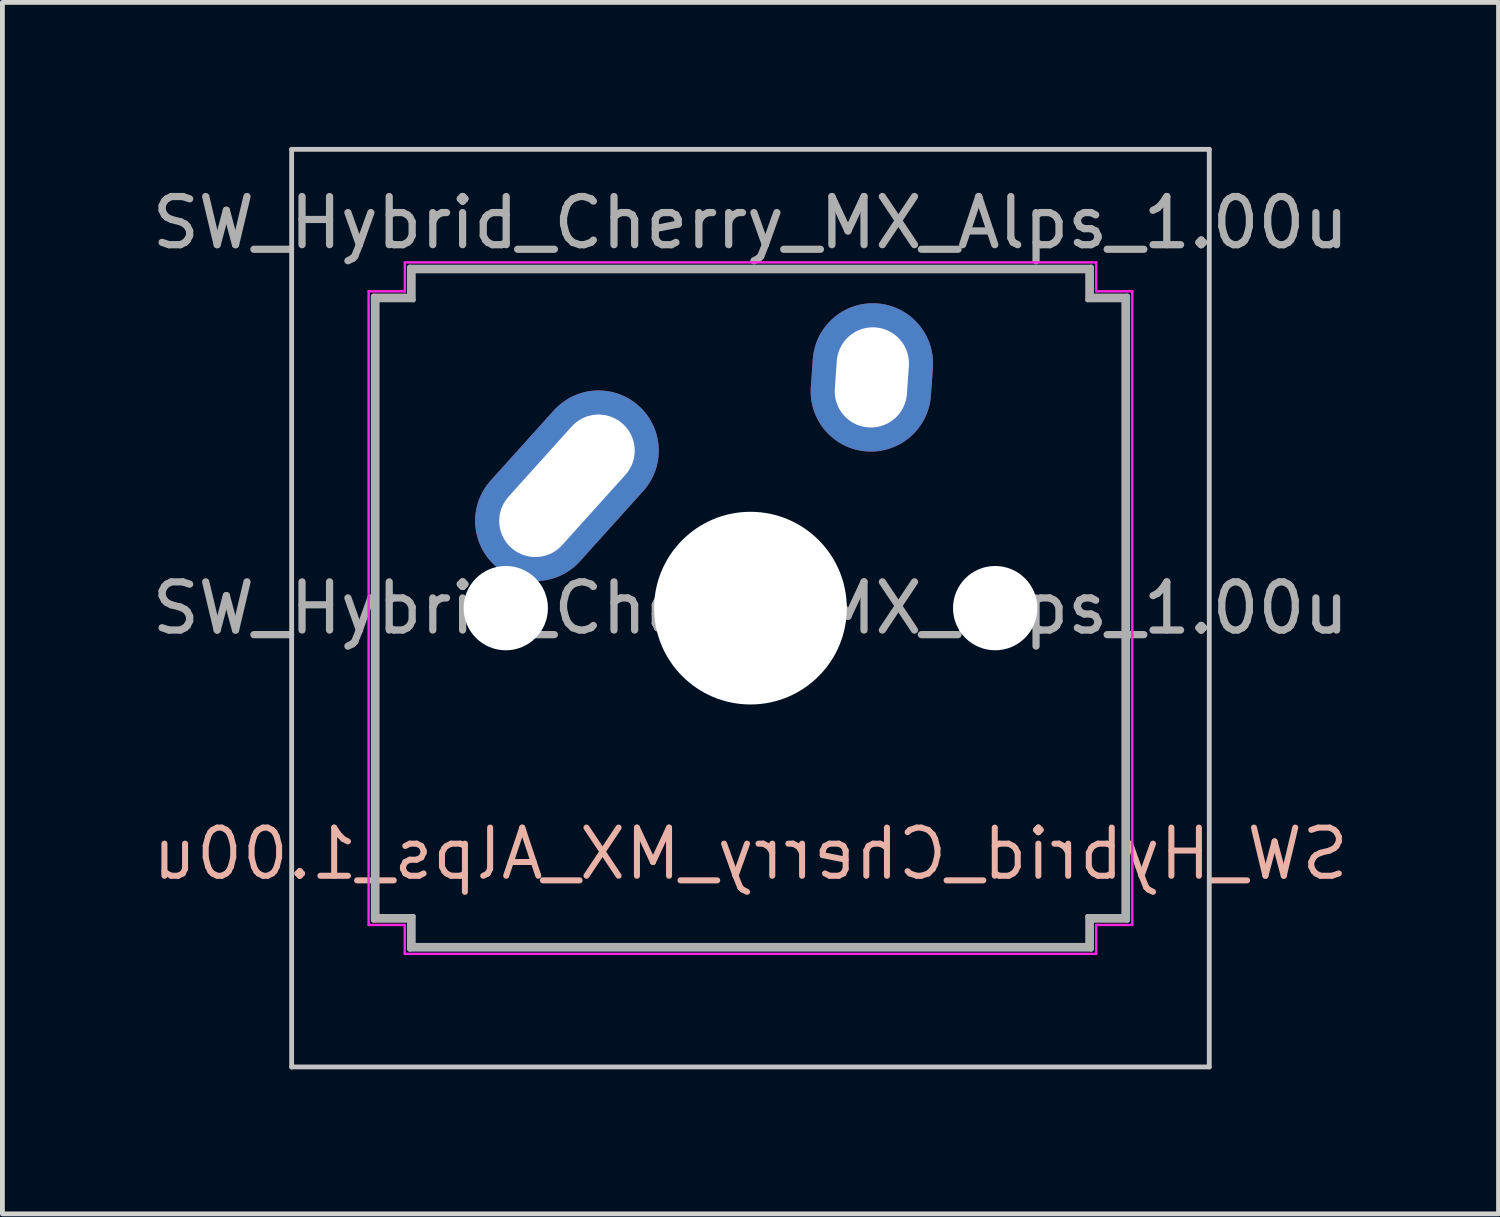
<source format=kicad_pcb>
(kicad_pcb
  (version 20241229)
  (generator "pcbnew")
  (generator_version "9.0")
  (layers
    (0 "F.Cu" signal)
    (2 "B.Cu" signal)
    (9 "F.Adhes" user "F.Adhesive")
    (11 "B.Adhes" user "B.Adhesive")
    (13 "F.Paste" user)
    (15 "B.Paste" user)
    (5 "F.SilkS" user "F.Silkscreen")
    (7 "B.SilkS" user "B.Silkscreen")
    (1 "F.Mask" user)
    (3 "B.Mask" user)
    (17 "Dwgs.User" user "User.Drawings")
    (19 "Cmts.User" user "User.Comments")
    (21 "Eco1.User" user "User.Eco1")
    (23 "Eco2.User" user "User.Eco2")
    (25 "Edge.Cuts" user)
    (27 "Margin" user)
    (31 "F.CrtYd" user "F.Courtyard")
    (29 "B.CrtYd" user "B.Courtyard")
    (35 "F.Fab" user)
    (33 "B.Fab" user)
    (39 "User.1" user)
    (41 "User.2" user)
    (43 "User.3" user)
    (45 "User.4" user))
  (footprint "SW_Hybrid_Cherry_MX_Alps_1.00u"
    (layer "F.Cu")
    (at 12.53 9.575)
    (property "Reference" "SW_Hybrid_Cherry_MX_Alps_1.00u" (at 0 -8 0) (layer "F.Fab") (effects (font (size 1 1) (thickness 0.15))))
    (property "Value" "SW_Hybrid_Cherry_MX_Alps_1.00u" (at 0 8 0) (layer "F.Fab") (hide yes) (effects (font (size 1 1) (thickness 0.15))))
    (attr through_hole)
    (fp_line (start -9.525 -9.525) (end -9.525 9.525) (stroke (width 0.1) (type solid)) (layer "Dwgs.User"))
    (fp_line (start -9.525 9.525) (end 9.525 9.525) (stroke (width 0.1) (type solid)) (layer "Dwgs.User"))
    (fp_line (start 9.525 -9.525) (end -9.525 -9.525) (stroke (width 0.1) (type solid)) (layer "Dwgs.User"))
    (fp_line (start 9.525 9.525) (end 9.525 -9.525) (stroke (width 0.1) (type solid)) (layer "Dwgs.User"))
    (fp_line (start -7.927 -6.577) (end -7.177 -6.577) (stroke (width 0.05) (type solid)) (layer "F.CrtYd"))
    (fp_line (start -7.927 6.577) (end -7.927 -6.577) (stroke (width 0.05) (type solid)) (layer "F.CrtYd"))
    (fp_line (start -7.177 -7.177) (end 7.177 -7.177) (stroke (width 0.05) (type solid)) (layer "F.CrtYd"))
    (fp_line (start -7.177 6.577) (end -7.927 6.577) (stroke (width 0.05) (type solid)) (layer "F.CrtYd"))
    (fp_line (start -7.177 7.177) (end -7.177 6.577) (stroke (width 0.05) (type solid)) (layer "F.CrtYd"))
    (fp_line (start -7.175 -7.175) (end -7.175 -6.575) (stroke (width 0.05) (type solid)) (layer "F.CrtYd"))
    (fp_line (start 7.177 -7.177) (end 7.177 -6.577) (stroke (width 0.05) (type solid)) (layer "F.CrtYd"))
    (fp_line (start 7.177 -6.577) (end 7.927 -6.577) (stroke (width 0.05) (type solid)) (layer "F.CrtYd"))
    (fp_line (start 7.177 6.577) (end 7.177 7.177) (stroke (width 0.05) (type solid)) (layer "F.CrtYd"))
    (fp_line (start 7.177 7.177) (end -7.177 7.177) (stroke (width 0.05) (type solid)) (layer "F.CrtYd"))
    (fp_line (start 7.927 -6.577) (end 7.927 6.577) (stroke (width 0.05) (type solid)) (layer "F.CrtYd"))
    (fp_line (start 7.927 6.577) (end 7.177 6.577) (stroke (width 0.05) (type solid)) (layer "F.CrtYd"))
    (fp_line (start -7.821 -6.471) (end -7.071 -6.471) (stroke (width 0.12) (type solid)) (layer "F.Fab"))
    (fp_line (start -7.821 6.471) (end -7.821 -6.471) (stroke (width 0.12) (type solid)) (layer "F.Fab"))
    (fp_line (start -7.75 -6.4) (end -7 -6.4) (stroke (width 0.1) (type solid)) (layer "F.Fab"))
    (fp_line (start -7.75 6.4) (end -7.75 -6.4) (stroke (width 0.1) (type solid)) (layer "F.Fab"))
    (fp_line (start -7.071 -7.071) (end 7.071 -7.071) (stroke (width 0.12) (type solid)) (layer "F.Fab"))
    (fp_line (start -7.071 -6.471) (end -7.071 -7.071) (stroke (width 0.12) (type solid)) (layer "F.Fab"))
    (fp_line (start -7.071 6.471) (end -7.821 6.471) (stroke (width 0.12) (type solid)) (layer "F.Fab"))
    (fp_line (start -7.071 7.071) (end -7.071 6.471) (stroke (width 0.12) (type solid)) (layer "F.Fab"))
    (fp_line (start -7 -7) (end 7 -7) (stroke (width 0.1) (type solid)) (layer "F.Fab"))
    (fp_line (start -7 -6.4) (end -7 -7) (stroke (width 0.1) (type solid)) (layer "F.Fab"))
    (fp_line (start -7 6.4) (end -7.75 6.4) (stroke (width 0.1) (type solid)) (layer "F.Fab"))
    (fp_line (start -7 7) (end -7 6.4) (stroke (width 0.1) (type solid)) (layer "F.Fab"))
    (fp_line (start 7 -7) (end 7 -6.4) (stroke (width 0.1) (type solid)) (layer "F.Fab"))
    (fp_line (start 7 -6.4) (end 7.75 -6.4) (stroke (width 0.1) (type solid)) (layer "F.Fab"))
    (fp_line (start 7 6.4) (end 7 7) (stroke (width 0.1) (type solid)) (layer "F.Fab"))
    (fp_line (start 7 7) (end -7 7) (stroke (width 0.1) (type solid)) (layer "F.Fab"))
    (fp_line (start 7.071 -7.071) (end 7.071 -6.471) (stroke (width 0.12) (type solid)) (layer "F.Fab"))
    (fp_line (start 7.071 -6.471) (end 7.821 -6.471) (stroke (width 0.12) (type solid)) (layer "F.Fab"))
    (fp_line (start 7.071 6.471) (end 7.071 7.071) (stroke (width 0.12) (type solid)) (layer "F.Fab"))
    (fp_line (start 7.071 7.071) (end -7.071 7.071) (stroke (width 0.12) (type solid)) (layer "F.Fab"))
    (fp_line (start 7.75 -6.4) (end 7.75 6.4) (stroke (width 0.1) (type solid)) (layer "F.Fab"))
    (fp_line (start 7.75 6.4) (end 7 6.4) (stroke (width 0.1) (type solid)) (layer "F.Fab"))
    (fp_line (start 7.821 -6.471) (end 7.821 6.471) (stroke (width 0.12) (type solid)) (layer "F.Fab"))
    (fp_line (start 7.821 6.471) (end 7.071 6.471) (stroke (width 0.12) (type solid)) (layer "F.Fab"))
    (fp_text user "${VALUE}" (at 0 5.1 0) (unlocked yes) (layer "B.SilkS") (effects (font (size 1 1) (thickness 0.125)) (justify mirror)))
    (fp_text user "${REFERENCE}" (at 0 0 0) (layer "F.Fab") (effects (font (size 1 1) (thickness 0.15))))
    (pad "" np_thru_hole circle (at -5.08 0) (size 1.75 1.75) (drill 1.75) (layers "*.Cu" "*.Mask"))
    (pad "" np_thru_hole circle (at 0 0) (size 4 4) (drill 4) (layers "*.Cu" "*.Mask"))
    (pad "" np_thru_hole circle (at 5.08 0) (size 1.75 1.75) (drill 1.75) (layers "*.Cu" "*.Mask"))
    (pad "1" thru_hole oval (at -3.81 -2.54 48) (size 4.462 2.5) (drill oval 3.462 1.5) (layers "*.Cu" "*.Mask"))
    (pad "2" thru_hole oval (at 2.52 -4.79 86) (size 3.081 2.5) (drill oval 2.081 1.5) (layers "*.Cu" "*.Mask")))
  (gr_rect
    (start -3 -3)
    (end 28.06 22.15)
    (stroke (width 0.1) (type default))
    (fill no)
    (layer "Edge.Cuts")))
</source>
